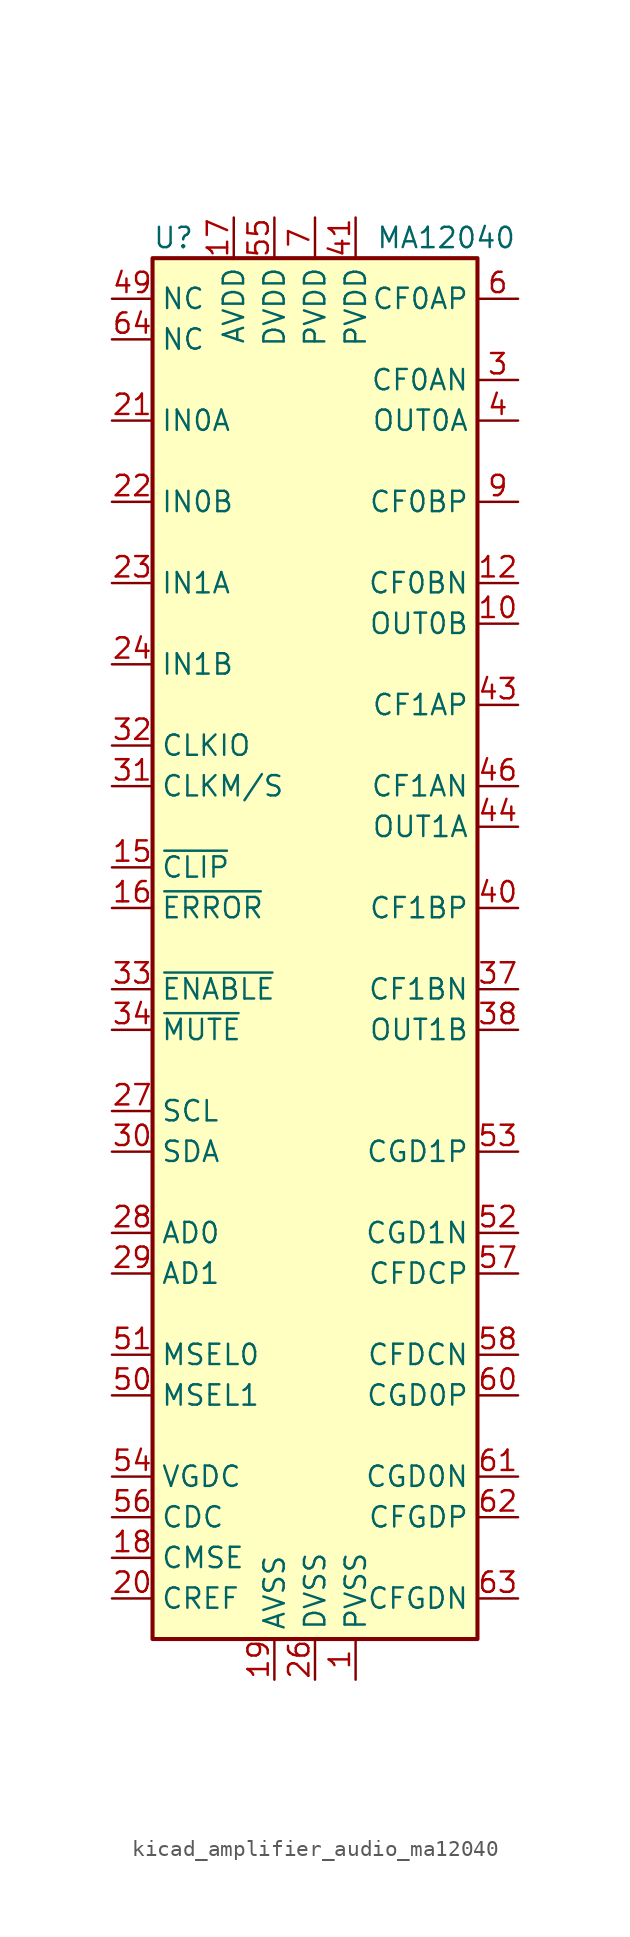
<source format=kicad_sym>
(kicad_symbol_lib
  (version 20220914)
  (generator kicad_symbol_editor)
  (symbol "kicad_amplifier_audio_ma12040"
    (property "Reference" "U"
      (at -10.16 44.45 0)
      (effects (font (size 1.27 1.27)) (justify left)))
    (property "Value" "MA12040"
      (at 3.81 44.45 0)
      (effects (font (size 1.27 1.27)) (justify left)))
    (symbol "kicad_amplifier_audio_ma12040_0_1"
      (rectangle (start -10.16 -43.18) (end 10.16 43.18) (stroke (width 0.254) (type default)) (fill (type background))))
    (symbol "kicad_amplifier_audio_ma12040_1_1"
      (pin power_in line (at 2.54 -45.72 90) (length 2.54) (name "PVSS" (effects (font (size 1.27 1.27)))) (number "1" (effects (font (size 1.27 1.27)))))
      (pin output line (at 12.7 20.32 180) (length 2.54) (name "OUT0B" (effects (font (size 1.27 1.27)))) (number "10" (effects (font (size 1.27 1.27)))))
      (pin passive line (at 12.7 20.32 180) (length 2.54) hide (name "OUT0B" (effects (font (size 1.27 1.27)))) (number "11" (effects (font (size 1.27 1.27)))))
      (pin passive line (at 12.7 22.86 180) (length 2.54) (name "CF0BN" (effects (font (size 1.27 1.27)))) (number "12" (effects (font (size 1.27 1.27)))))
      (pin passive line (at 2.54 -45.72 90) (length 2.54) hide (name "PVSS" (effects (font (size 1.27 1.27)))) (number "13" (effects (font (size 1.27 1.27)))))
      (pin passive line (at 2.54 -45.72 90) (length 2.54) hide (name "PVSS" (effects (font (size 1.27 1.27)))) (number "14" (effects (font (size 1.27 1.27)))))
      (pin output line (at -12.7 5.08 0) (length 2.54) (name "~{CLIP}" (effects (font (size 1.27 1.27)))) (number "15" (effects (font (size 1.27 1.27)))))
      (pin output line (at -12.7 2.54 0) (length 2.54) (name "~{ERROR}" (effects (font (size 1.27 1.27)))) (number "16" (effects (font (size 1.27 1.27)))))
      (pin power_in line (at -5.08 45.72 270) (length 2.54) (name "AVDD" (effects (font (size 1.27 1.27)))) (number "17" (effects (font (size 1.27 1.27)))))
      (pin passive line (at -12.7 -38.1 0) (length 2.54) (name "CMSE" (effects (font (size 1.27 1.27)))) (number "18" (effects (font (size 1.27 1.27)))))
      (pin power_in line (at -2.54 -45.72 90) (length 2.54) (name "AVSS" (effects (font (size 1.27 1.27)))) (number "19" (effects (font (size 1.27 1.27)))))
      (pin passive line (at 2.54 -45.72 90) (length 2.54) hide (name "PVSS" (effects (font (size 1.27 1.27)))) (number "2" (effects (font (size 1.27 1.27)))))
      (pin passive line (at -12.7 -40.64 0) (length 2.54) (name "CREF" (effects (font (size 1.27 1.27)))) (number "20" (effects (font (size 1.27 1.27)))))
      (pin input line (at -12.7 33.02 0) (length 2.54) (name "IN0A" (effects (font (size 1.27 1.27)))) (number "21" (effects (font (size 1.27 1.27)))))
      (pin input line (at -12.7 27.94 0) (length 2.54) (name "IN0B" (effects (font (size 1.27 1.27)))) (number "22" (effects (font (size 1.27 1.27)))))
      (pin input line (at -12.7 22.86 0) (length 2.54) (name "IN1A" (effects (font (size 1.27 1.27)))) (number "23" (effects (font (size 1.27 1.27)))))
      (pin input line (at -12.7 17.78 0) (length 2.54) (name "IN1B" (effects (font (size 1.27 1.27)))) (number "24" (effects (font (size 1.27 1.27)))))
      (pin passive line (at -2.54 -45.72 90) (length 2.54) hide (name "AVSS" (effects (font (size 1.27 1.27)))) (number "25" (effects (font (size 1.27 1.27)))))
      (pin power_in line (at 0 -45.72 90) (length 2.54) (name "DVSS" (effects (font (size 1.27 1.27)))) (number "26" (effects (font (size 1.27 1.27)))))
      (pin input line (at -12.7 -10.16 0) (length 2.54) (name "SCL" (effects (font (size 1.27 1.27)))) (number "27" (effects (font (size 1.27 1.27)))))
      (pin input line (at -12.7 -17.78 0) (length 2.54) (name "AD0" (effects (font (size 1.27 1.27)))) (number "28" (effects (font (size 1.27 1.27)))))
      (pin input line (at -12.7 -20.32 0) (length 2.54) (name "AD1" (effects (font (size 1.27 1.27)))) (number "29" (effects (font (size 1.27 1.27)))))
      (pin passive line (at 12.7 35.56 180) (length 2.54) (name "CF0AN" (effects (font (size 1.27 1.27)))) (number "3" (effects (font (size 1.27 1.27)))))
      (pin bidirectional line (at -12.7 -12.7 0) (length 2.54) (name "SDA" (effects (font (size 1.27 1.27)))) (number "30" (effects (font (size 1.27 1.27)))))
      (pin input line (at -12.7 10.16 0) (length 2.54) (name "CLKM/S" (effects (font (size 1.27 1.27)))) (number "31" (effects (font (size 1.27 1.27)))))
      (pin bidirectional line (at -12.7 12.7 0) (length 2.54) (name "CLKIO" (effects (font (size 1.27 1.27)))) (number "32" (effects (font (size 1.27 1.27)))))
      (pin input line (at -12.7 -2.54 0) (length 2.54) (name "~{ENABLE}" (effects (font (size 1.27 1.27)))) (number "33" (effects (font (size 1.27 1.27)))))
      (pin input line (at -12.7 -5.08 0) (length 2.54) (name "~{MUTE}" (effects (font (size 1.27 1.27)))) (number "34" (effects (font (size 1.27 1.27)))))
      (pin passive line (at 2.54 -45.72 90) (length 2.54) hide (name "PVSS" (effects (font (size 1.27 1.27)))) (number "35" (effects (font (size 1.27 1.27)))))
      (pin passive line (at 2.54 -45.72 90) (length 2.54) hide (name "PVSS" (effects (font (size 1.27 1.27)))) (number "36" (effects (font (size 1.27 1.27)))))
      (pin passive line (at 12.7 -2.54 180) (length 2.54) (name "CF1BN" (effects (font (size 1.27 1.27)))) (number "37" (effects (font (size 1.27 1.27)))))
      (pin output line (at 12.7 -5.08 180) (length 2.54) (name "OUT1B" (effects (font (size 1.27 1.27)))) (number "38" (effects (font (size 1.27 1.27)))))
      (pin passive line (at 12.7 -5.08 180) (length 2.54) hide (name "OUT1B" (effects (font (size 1.27 1.27)))) (number "39" (effects (font (size 1.27 1.27)))))
      (pin output line (at 12.7 33.02 180) (length 2.54) (name "OUT0A" (effects (font (size 1.27 1.27)))) (number "4" (effects (font (size 1.27 1.27)))))
      (pin passive line (at 12.7 2.54 180) (length 2.54) (name "CF1BP" (effects (font (size 1.27 1.27)))) (number "40" (effects (font (size 1.27 1.27)))))
      (pin power_in line (at 2.54 45.72 270) (length 2.54) (name "PVDD" (effects (font (size 1.27 1.27)))) (number "41" (effects (font (size 1.27 1.27)))))
      (pin passive line (at 2.54 45.72 270) (length 2.54) hide (name "PVDD" (effects (font (size 1.27 1.27)))) (number "42" (effects (font (size 1.27 1.27)))))
      (pin passive line (at 12.7 15.24 180) (length 2.54) (name "CF1AP" (effects (font (size 1.27 1.27)))) (number "43" (effects (font (size 1.27 1.27)))))
      (pin output line (at 12.7 7.62 180) (length 2.54) (name "OUT1A" (effects (font (size 1.27 1.27)))) (number "44" (effects (font (size 1.27 1.27)))))
      (pin passive line (at 12.7 7.62 180) (length 2.54) hide (name "OUT1A" (effects (font (size 1.27 1.27)))) (number "45" (effects (font (size 1.27 1.27)))))
      (pin passive line (at 12.7 10.16 180) (length 2.54) (name "CF1AN" (effects (font (size 1.27 1.27)))) (number "46" (effects (font (size 1.27 1.27)))))
      (pin passive line (at 2.54 -45.72 90) (length 2.54) hide (name "PVSS" (effects (font (size 1.27 1.27)))) (number "47" (effects (font (size 1.27 1.27)))))
      (pin passive line (at 2.54 -45.72 90) (length 2.54) hide (name "PVSS" (effects (font (size 1.27 1.27)))) (number "48" (effects (font (size 1.27 1.27)))))
      (pin passive line (at -12.7 40.64 0) (length 2.54) (name "NC" (effects (font (size 1.27 1.27)))) (number "49" (effects (font (size 1.27 1.27)))))
      (pin passive line (at 12.7 33.02 180) (length 2.54) hide (name "OUT0A" (effects (font (size 1.27 1.27)))) (number "5" (effects (font (size 1.27 1.27)))))
      (pin input line (at -12.7 -27.94 0) (length 2.54) (name "MSEL1" (effects (font (size 1.27 1.27)))) (number "50" (effects (font (size 1.27 1.27)))))
      (pin input line (at -12.7 -25.4 0) (length 2.54) (name "MSEL0" (effects (font (size 1.27 1.27)))) (number "51" (effects (font (size 1.27 1.27)))))
      (pin passive line (at 12.7 -17.78 180) (length 2.54) (name "CGD1N" (effects (font (size 1.27 1.27)))) (number "52" (effects (font (size 1.27 1.27)))))
      (pin passive line (at 12.7 -12.7 180) (length 2.54) (name "CGD1P" (effects (font (size 1.27 1.27)))) (number "53" (effects (font (size 1.27 1.27)))))
      (pin passive line (at -12.7 -33.02 0) (length 2.54) (name "VGDC" (effects (font (size 1.27 1.27)))) (number "54" (effects (font (size 1.27 1.27)))))
      (pin power_in line (at -2.54 45.72 270) (length 2.54) (name "DVDD" (effects (font (size 1.27 1.27)))) (number "55" (effects (font (size 1.27 1.27)))))
      (pin passive line (at -12.7 -35.56 0) (length 2.54) (name "CDC" (effects (font (size 1.27 1.27)))) (number "56" (effects (font (size 1.27 1.27)))))
      (pin passive line (at 12.7 -20.32 180) (length 2.54) (name "CFDCP" (effects (font (size 1.27 1.27)))) (number "57" (effects (font (size 1.27 1.27)))))
      (pin passive line (at 12.7 -25.4 180) (length 2.54) (name "CFDCN" (effects (font (size 1.27 1.27)))) (number "58" (effects (font (size 1.27 1.27)))))
      (pin passive line (at 0 -45.72 90) (length 2.54) hide (name "DVSS" (effects (font (size 1.27 1.27)))) (number "59" (effects (font (size 1.27 1.27)))))
      (pin passive line (at 12.7 40.64 180) (length 2.54) (name "CF0AP" (effects (font (size 1.27 1.27)))) (number "6" (effects (font (size 1.27 1.27)))))
      (pin passive line (at 12.7 -27.94 180) (length 2.54) (name "CGD0P" (effects (font (size 1.27 1.27)))) (number "60" (effects (font (size 1.27 1.27)))))
      (pin passive line (at 12.7 -33.02 180) (length 2.54) (name "CGD0N" (effects (font (size 1.27 1.27)))) (number "61" (effects (font (size 1.27 1.27)))))
      (pin passive line (at 12.7 -35.56 180) (length 2.54) (name "CFGDP" (effects (font (size 1.27 1.27)))) (number "62" (effects (font (size 1.27 1.27)))))
      (pin passive line (at 12.7 -40.64 180) (length 2.54) (name "CFGDN" (effects (font (size 1.27 1.27)))) (number "63" (effects (font (size 1.27 1.27)))))
      (pin passive line (at -12.7 38.1 0) (length 2.54) (name "NC" (effects (font (size 1.27 1.27)))) (number "64" (effects (font (size 1.27 1.27)))))
      (pin power_in line (at 0 45.72 270) (length 2.54) (name "PVDD" (effects (font (size 1.27 1.27)))) (number "7" (effects (font (size 1.27 1.27)))))
      (pin passive line (at 0 45.72 270) (length 2.54) hide (name "PVDD" (effects (font (size 1.27 1.27)))) (number "8" (effects (font (size 1.27 1.27)))))
      (pin passive line (at 12.7 27.94 180) (length 2.54) (name "CF0BP" (effects (font (size 1.27 1.27)))) (number "9" (effects (font (size 1.27 1.27))))))))
</source>
